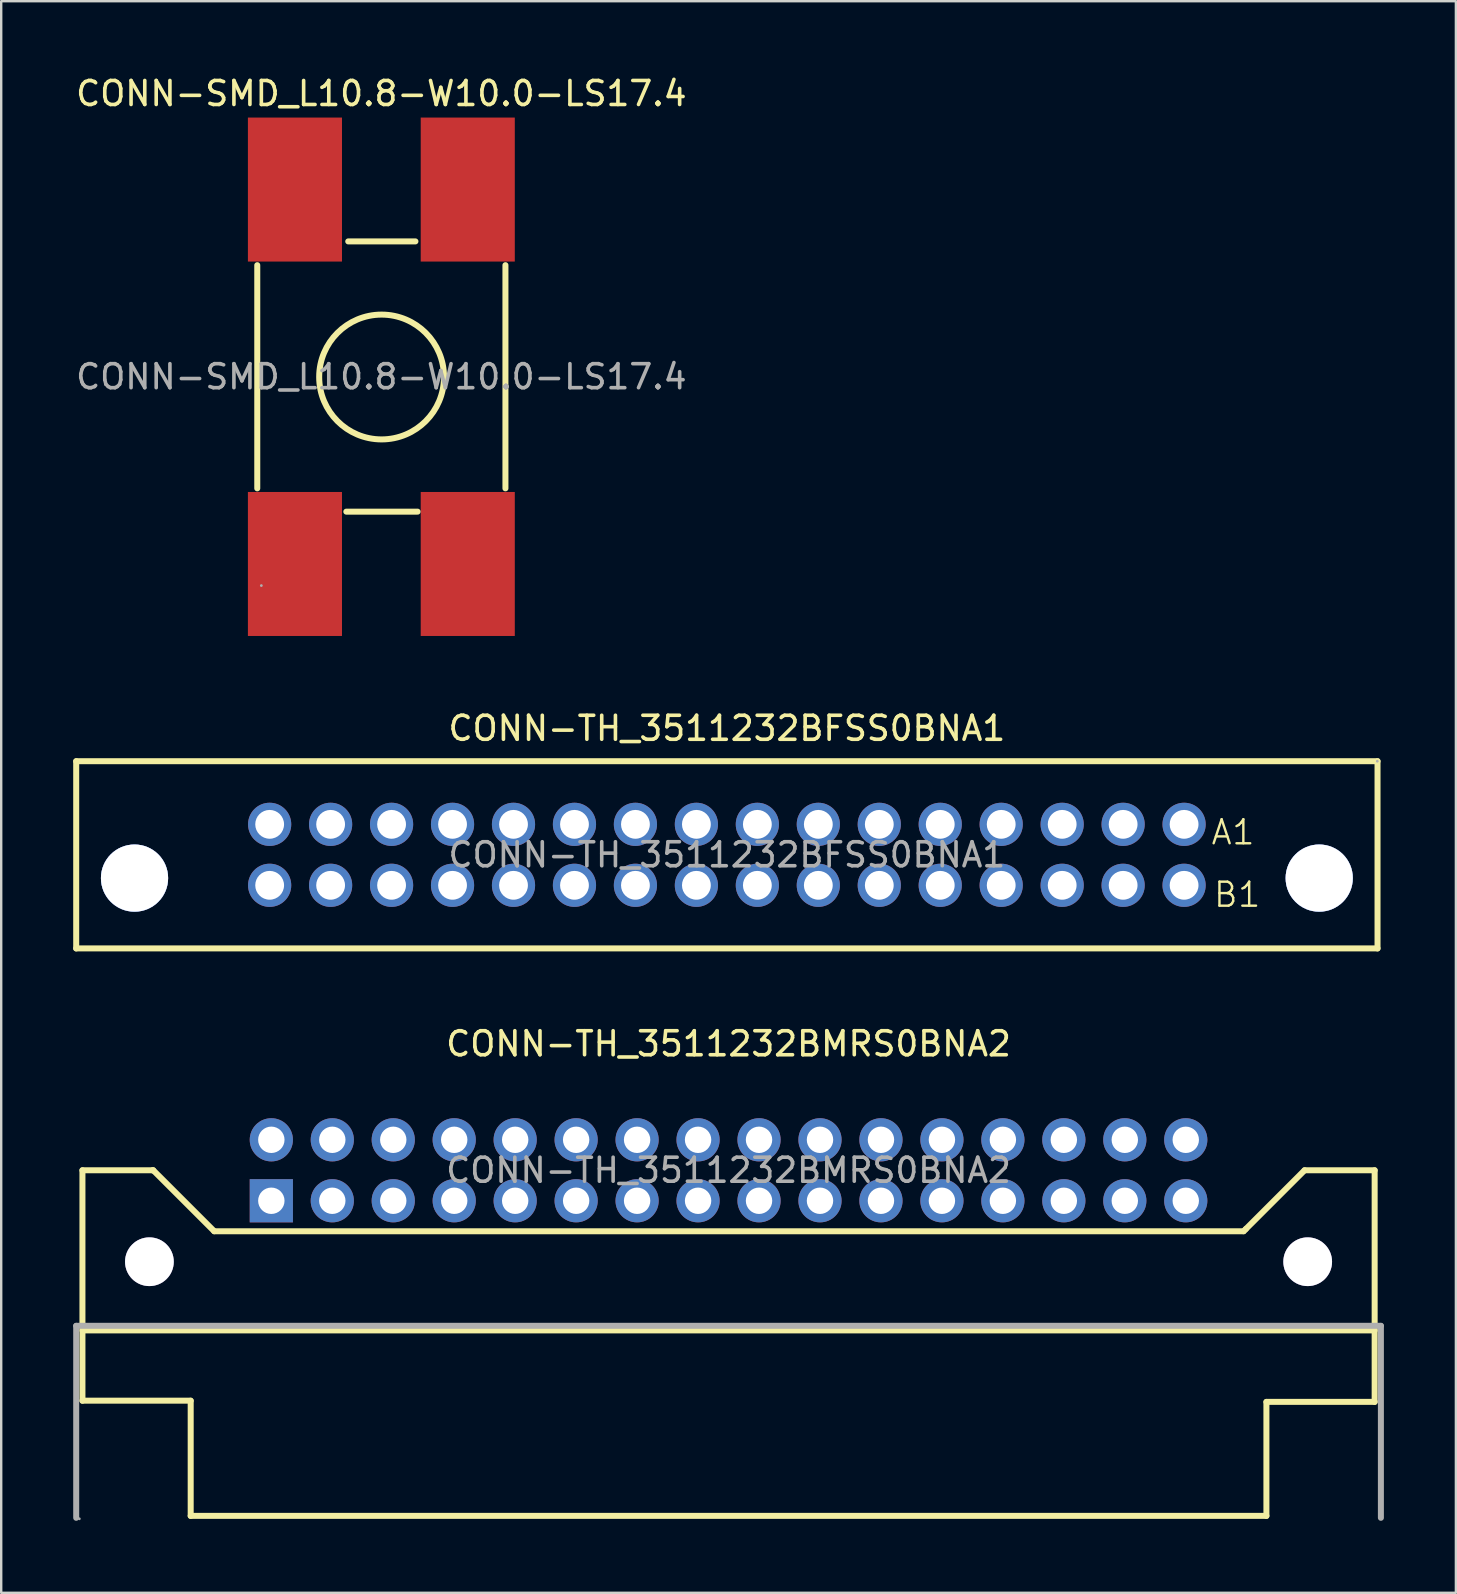
<source format=kicad_pcb>
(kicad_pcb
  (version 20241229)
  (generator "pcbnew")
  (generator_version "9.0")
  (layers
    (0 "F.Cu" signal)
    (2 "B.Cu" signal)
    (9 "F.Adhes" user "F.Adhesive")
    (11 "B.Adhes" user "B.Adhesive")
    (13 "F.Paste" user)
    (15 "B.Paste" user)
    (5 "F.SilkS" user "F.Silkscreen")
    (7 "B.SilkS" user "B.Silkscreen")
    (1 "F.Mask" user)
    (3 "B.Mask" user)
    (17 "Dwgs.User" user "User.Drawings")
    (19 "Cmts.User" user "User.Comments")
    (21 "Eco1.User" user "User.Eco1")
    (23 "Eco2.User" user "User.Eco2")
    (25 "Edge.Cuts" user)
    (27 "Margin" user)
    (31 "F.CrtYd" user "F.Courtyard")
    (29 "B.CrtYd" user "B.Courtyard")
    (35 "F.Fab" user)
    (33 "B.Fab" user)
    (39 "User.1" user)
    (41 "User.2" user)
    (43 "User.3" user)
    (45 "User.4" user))
  (footprint "CONN-SMD_L10.8-W10.0-LS17.4"
    (layer "F.Cu")
    (at 12.839 12.648)
    (property "Reference" "CONN-SMD_L10.8-W10.0-LS17.4" (at 0 -11.8 0) (layer "F.SilkS") (effects (font (size 1 1) (thickness 0.15))))
    (attr through_hole)
    (fp_line (start -5.17 4.65) (end -5.17 -4.65) (stroke (width 0.25) (type solid)) (layer "F.SilkS"))
    (fp_line (start -1.46 5.62) (end 1.51 5.62) (stroke (width 0.25) (type solid)) (layer "F.SilkS"))
    (fp_line (start -1.38 -5.64) (end 1.42 -5.64) (stroke (width 0.25) (type solid)) (layer "F.SilkS"))
    (fp_line (start 5.17 -4.65) (end 5.17 4.65) (stroke (width 0.25) (type solid)) (layer "F.SilkS"))
    (fp_circle (center 0.01 0.01) (end 2.61 0.01) (stroke (width 0.25) (type solid)) (fill no) (layer "F.SilkS"))
    (fp_circle (center -5 8.7) (end -4.97 8.7) (stroke (width 0.06) (type solid)) (fill no) (layer "F.Fab"))
    (fp_text user "${REFERENCE}" (at 0 0 0) (layer "F.Fab") (effects (font (size 1 1) (thickness 0.15))))
    (pad "1" smd rect (at -3.6 7.8) (size 3.92 6) (layers "F.Cu" "F.Mask" "F.Paste"))
    (pad "2" smd rect (at 3.6 7.8) (size 3.92 6) (layers "F.Cu" "F.Mask" "F.Paste"))
    (pad "3" smd rect (at 3.6 -7.8) (size 3.92 6) (layers "F.Cu" "F.Mask" "F.Paste"))
    (pad "4" smd rect (at -3.6 -7.8) (size 3.92 6) (layers "F.Cu" "F.Mask" "F.Paste")))
  (footprint "CONN-TH_3511232BFSS0BNA1"
    (layer "F.Cu")
    (at 27.235 32.566)
    (property "Reference" "CONN-TH_3511232BFSS0BNA1" (at 0 -5.27 0) (layer "F.SilkS") (effects (font (size 1 1) (thickness 0.15))))
    (attr through_hole)
    (fp_line (start -27.11 -3.9) (end -27.11 3.9) (stroke (width 0.25) (type solid)) (layer "F.SilkS"))
    (fp_line (start -27.11 -3.9) (end 27.11 -3.9) (stroke (width 0.25) (type solid)) (layer "F.SilkS"))
    (fp_line (start -27.11 3.9) (end 27.11 3.9) (stroke (width 0.25) (type solid)) (layer "F.SilkS"))
    (fp_line (start 27.11 -3.9) (end 27.11 3.9) (stroke (width 0.25) (type solid)) (layer "F.SilkS"))
    (fp_circle (center -24.68 0.97) (end -23.98 0.97) (stroke (width 1.4) (type solid)) (fill no) (layer "Cmts.User"))
    (fp_circle (center 24.68 0.97) (end 25.38 0.97) (stroke (width 1.4) (type solid)) (fill no) (layer "Cmts.User"))
    (fp_circle (center -24.68 0.97) (end -24.03 0.97) (stroke (width 1.3) (type solid)) (fill no) (layer "F.Fab"))
    (fp_circle (center 24.68 0.97) (end 25.33 0.97) (stroke (width 1.3) (type solid)) (fill no) (layer "F.Fab"))
    (fp_circle (center 27.1 -3.9) (end 27.13 -3.9) (stroke (width 0.06) (type solid)) (fill no) (layer "F.Fab"))
    (fp_text user "A1" (at 20.12 -0.94 0) (layer "F.SilkS") (effects (font (size 1 1) (thickness 0.1)) (justify left)))
    (fp_text user "B1" (at 20.22 1.66 0) (layer "F.SilkS") (effects (font (size 1 1) (thickness 0.1)) (justify left)))
    (fp_text user "${REFERENCE}" (at 0 0 0) (layer "F.Fab") (effects (font (size 1 1) (thickness 0.15))))
    (pad "" thru_hole circle (at -24.68 0.97) (size 2.8 2.8) (drill 2.8) (layers "*.Cu" "*.Mask"))
    (pad "" thru_hole circle (at 24.68 0.97) (size 2.8 2.8) (drill 2.8) (layers "*.Cu" "*.Mask"))
    (pad "A1" thru_hole circle (at 19.05 -1.27) (size 1.8 1.8) (drill 1.2) (layers "*.Cu" "*.Mask"))
    (pad "A2" thru_hole circle (at 16.51 -1.27) (size 1.8 1.8) (drill 1.2) (layers "*.Cu" "*.Mask"))
    (pad "A3" thru_hole circle (at 13.97 -1.27) (size 1.8 1.8) (drill 1.2) (layers "*.Cu" "*.Mask"))
    (pad "A4" thru_hole circle (at 11.43 -1.27) (size 1.8 1.8) (drill 1.2) (layers "*.Cu" "*.Mask"))
    (pad "A5" thru_hole circle (at 8.89 -1.27) (size 1.8 1.8) (drill 1.2) (layers "*.Cu" "*.Mask"))
    (pad "A6" thru_hole circle (at 6.35 -1.27) (size 1.8 1.8) (drill 1.2) (layers "*.Cu" "*.Mask"))
    (pad "A7" thru_hole circle (at 3.81 -1.27) (size 1.8 1.8) (drill 1.2) (layers "*.Cu" "*.Mask"))
    (pad "A8" thru_hole circle (at 1.27 -1.27) (size 1.8 1.8) (drill 1.2) (layers "*.Cu" "*.Mask"))
    (pad "A9" thru_hole circle (at -1.27 -1.27) (size 1.8 1.8) (drill 1.2) (layers "*.Cu" "*.Mask"))
    (pad "A10" thru_hole circle (at -3.81 -1.27) (size 1.8 1.8) (drill 1.2) (layers "*.Cu" "*.Mask"))
    (pad "A11" thru_hole circle (at -6.35 -1.27) (size 1.8 1.8) (drill 1.2) (layers "*.Cu" "*.Mask"))
    (pad "A12" thru_hole circle (at -8.89 -1.27) (size 1.8 1.8) (drill 1.2) (layers "*.Cu" "*.Mask"))
    (pad "A13" thru_hole circle (at -11.43 -1.27) (size 1.8 1.8) (drill 1.2) (layers "*.Cu" "*.Mask"))
    (pad "A14" thru_hole circle (at -13.97 -1.27) (size 1.8 1.8) (drill 1.2) (layers "*.Cu" "*.Mask"))
    (pad "A15" thru_hole circle (at -16.51 -1.27) (size 1.8 1.8) (drill 1.2) (layers "*.Cu" "*.Mask"))
    (pad "A16" thru_hole circle (at -19.05 -1.27) (size 1.8 1.8) (drill 1.2) (layers "*.Cu" "*.Mask"))
    (pad "B1" thru_hole circle (at 19.05 1.27) (size 1.8 1.8) (drill 1.2) (layers "*.Cu" "*.Mask"))
    (pad "B2" thru_hole circle (at 16.51 1.27) (size 1.8 1.8) (drill 1.2) (layers "*.Cu" "*.Mask"))
    (pad "B3" thru_hole circle (at 13.97 1.27) (size 1.8 1.8) (drill 1.2) (layers "*.Cu" "*.Mask"))
    (pad "B4" thru_hole circle (at 11.43 1.27) (size 1.8 1.8) (drill 1.2) (layers "*.Cu" "*.Mask"))
    (pad "B5" thru_hole circle (at 8.89 1.27) (size 1.8 1.8) (drill 1.2) (layers "*.Cu" "*.Mask"))
    (pad "B6" thru_hole circle (at 6.35 1.27) (size 1.8 1.8) (drill 1.2) (layers "*.Cu" "*.Mask"))
    (pad "B7" thru_hole circle (at 3.81 1.27) (size 1.8 1.8) (drill 1.2) (layers "*.Cu" "*.Mask"))
    (pad "B8" thru_hole circle (at 1.27 1.27) (size 1.8 1.8) (drill 1.2) (layers "*.Cu" "*.Mask"))
    (pad "B9" thru_hole circle (at -1.27 1.27) (size 1.8 1.8) (drill 1.2) (layers "*.Cu" "*.Mask"))
    (pad "B10" thru_hole circle (at -3.81 1.27) (size 1.8 1.8) (drill 1.2) (layers "*.Cu" "*.Mask"))
    (pad "B11" thru_hole circle (at -6.35 1.27) (size 1.8 1.8) (drill 1.2) (layers "*.Cu" "*.Mask"))
    (pad "B12" thru_hole circle (at -8.89 1.27) (size 1.8 1.8) (drill 1.2) (layers "*.Cu" "*.Mask"))
    (pad "B13" thru_hole circle (at -11.43 1.27) (size 1.8 1.8) (drill 1.2) (layers "*.Cu" "*.Mask"))
    (pad "B14" thru_hole circle (at -13.97 1.27) (size 1.8 1.8) (drill 1.2) (layers "*.Cu" "*.Mask"))
    (pad "B15" thru_hole circle (at -16.51 1.27) (size 1.8 1.8) (drill 1.2) (layers "*.Cu" "*.Mask"))
    (pad "B16" thru_hole circle (at -19.05 1.27) (size 1.8 1.8) (drill 1.2) (layers "*.Cu" "*.Mask")))
  (footprint "CONN-TH_3511232BMRS0BNA2"
    (layer "F.Cu")
    (at 27.305 45.71)
    (property "Reference" "CONN-TH_3511232BMRS0BNA2" (at 0 -5.27 0) (layer "F.SilkS") (effects (font (size 1 1) (thickness 0.15))))
    (attr through_hole)
    (fp_line (start -26.92 0) (end -24 0) (stroke (width 0.25) (type solid)) (layer "F.SilkS"))
    (fp_line (start -26.92 6.67) (end 26.92 6.67) (stroke (width 0.25) (type solid)) (layer "F.SilkS"))
    (fp_line (start -26.92 9.6) (end -26.92 0) (stroke (width 0.25) (type solid)) (layer "F.SilkS"))
    (fp_line (start -24 0) (end -23.97 0) (stroke (width 0.25) (type solid)) (layer "F.SilkS"))
    (fp_line (start -23.97 0) (end -21.43 2.54) (stroke (width 0.25) (type solid)) (layer "F.SilkS"))
    (fp_line (start -22.41 9.6) (end -26.92 9.6) (stroke (width 0.25) (type solid)) (layer "F.SilkS"))
    (fp_line (start -22.41 14.4) (end -22.41 9.6) (stroke (width 0.25) (type solid)) (layer "F.SilkS"))
    (fp_line (start -21.43 2.54) (end 21.46 2.54) (stroke (width 0.25) (type solid)) (layer "F.SilkS"))
    (fp_line (start 21.55 2.45) (end 21.46 2.54) (stroke (width 0.25) (type solid)) (layer "F.SilkS"))
    (fp_line (start 22.41 9.65) (end 26.92 9.65) (stroke (width 0.25) (type solid)) (layer "F.SilkS"))
    (fp_line (start 22.41 14.4) (end -22.41 14.4) (stroke (width 0.25) (type solid)) (layer "F.SilkS"))
    (fp_line (start 22.41 14.4) (end 22.41 9.65) (stroke (width 0.25) (type solid)) (layer "F.SilkS"))
    (fp_line (start 24 0) (end 21.55 2.45) (stroke (width 0.25) (type solid)) (layer "F.SilkS"))
    (fp_line (start 26.92 0) (end 24 0) (stroke (width 0.25) (type solid)) (layer "F.SilkS"))
    (fp_line (start 26.92 9.65) (end 26.92 0) (stroke (width 0.25) (type solid)) (layer "F.SilkS"))
    (fp_line (start -27.18 6.48) (end -27.18 14.48) (stroke (width 0.25) (type solid)) (layer "F.Fab"))
    (fp_line (start -27.18 6.48) (end 27.18 6.48) (stroke (width 0.25) (type solid)) (layer "F.Fab"))
    (fp_line (start 27.18 6.48) (end 27.18 14.48) (stroke (width 0.25) (type solid)) (layer "F.Fab"))
    (fp_circle (center -27.05 14.52) (end -27.02 14.52) (stroke (width 0.06) (type solid)) (fill no) (layer "F.Fab"))
    (fp_circle (center -24.13 3.81) (end -23.67 3.81) (stroke (width 0.92) (type solid)) (fill no) (layer "F.Fab"))
    (fp_circle (center -19.05 -1.27) (end -18.82 -1.27) (stroke (width 0.45) (type solid)) (fill no) (layer "F.Fab"))
    (fp_circle (center -19.05 1.27) (end -18.82 1.27) (stroke (width 0.45) (type solid)) (fill no) (layer "F.Fab"))
    (fp_circle (center -16.51 -1.27) (end -16.28 -1.27) (stroke (width 0.45) (type solid)) (fill no) (layer "F.Fab"))
    (fp_circle (center -16.51 1.27) (end -16.28 1.27) (stroke (width 0.45) (type solid)) (fill no) (layer "F.Fab"))
    (fp_circle (center -13.97 -1.27) (end -13.74 -1.27) (stroke (width 0.45) (type solid)) (fill no) (layer "F.Fab"))
    (fp_circle (center -13.97 1.27) (end -13.74 1.27) (stroke (width 0.45) (type solid)) (fill no) (layer "F.Fab"))
    (fp_circle (center -11.43 -1.27) (end -11.2 -1.27) (stroke (width 0.45) (type solid)) (fill no) (layer "F.Fab"))
    (fp_circle (center -11.43 1.27) (end -11.2 1.27) (stroke (width 0.45) (type solid)) (fill no) (layer "F.Fab"))
    (fp_circle (center -8.89 -1.27) (end -8.66 -1.27) (stroke (width 0.45) (type solid)) (fill no) (layer "F.Fab"))
    (fp_circle (center -8.89 1.27) (end -8.66 1.27) (stroke (width 0.45) (type solid)) (fill no) (layer "F.Fab"))
    (fp_circle (center -6.35 -1.27) (end -6.12 -1.27) (stroke (width 0.45) (type solid)) (fill no) (layer "F.Fab"))
    (fp_circle (center -6.35 1.27) (end -6.12 1.27) (stroke (width 0.45) (type solid)) (fill no) (layer "F.Fab"))
    (fp_circle (center -3.81 -1.27) (end -3.58 -1.27) (stroke (width 0.45) (type solid)) (fill no) (layer "F.Fab"))
    (fp_circle (center -3.81 1.27) (end -3.58 1.27) (stroke (width 0.45) (type solid)) (fill no) (layer "F.Fab"))
    (fp_circle (center -1.27 -1.27) (end -1.04 -1.27) (stroke (width 0.45) (type solid)) (fill no) (layer "F.Fab"))
    (fp_circle (center -1.27 1.27) (end -1.04 1.27) (stroke (width 0.45) (type solid)) (fill no) (layer "F.Fab"))
    (fp_circle (center 1.27 -1.27) (end 1.5 -1.27) (stroke (width 0.45) (type solid)) (fill no) (layer "F.Fab"))
    (fp_circle (center 1.27 1.27) (end 1.5 1.27) (stroke (width 0.45) (type solid)) (fill no) (layer "F.Fab"))
    (fp_circle (center 3.81 -1.27) (end 4.04 -1.27) (stroke (width 0.45) (type solid)) (fill no) (layer "F.Fab"))
    (fp_circle (center 3.81 1.27) (end 4.04 1.27) (stroke (width 0.45) (type solid)) (fill no) (layer "F.Fab"))
    (fp_circle (center 6.35 -1.27) (end 6.58 -1.27) (stroke (width 0.45) (type solid)) (fill no) (layer "F.Fab"))
    (fp_circle (center 6.35 1.27) (end 6.58 1.27) (stroke (width 0.45) (type solid)) (fill no) (layer "F.Fab"))
    (fp_circle (center 8.89 -1.27) (end 9.12 -1.27) (stroke (width 0.45) (type solid)) (fill no) (layer "F.Fab"))
    (fp_circle (center 8.89 1.27) (end 9.12 1.27) (stroke (width 0.45) (type solid)) (fill no) (layer "F.Fab"))
    (fp_circle (center 11.43 -1.27) (end 11.66 -1.27) (stroke (width 0.45) (type solid)) (fill no) (layer "F.Fab"))
    (fp_circle (center 11.43 1.27) (end 11.66 1.27) (stroke (width 0.45) (type solid)) (fill no) (layer "F.Fab"))
    (fp_circle (center 13.97 -1.27) (end 14.2 -1.27) (stroke (width 0.45) (type solid)) (fill no) (layer "F.Fab"))
    (fp_circle (center 13.97 1.27) (end 14.2 1.27) (stroke (width 0.45) (type solid)) (fill no) (layer "F.Fab"))
    (fp_circle (center 16.51 -1.27) (end 16.74 -1.27) (stroke (width 0.45) (type solid)) (fill no) (layer "F.Fab"))
    (fp_circle (center 16.51 1.27) (end 16.74 1.27) (stroke (width 0.45) (type solid)) (fill no) (layer "F.Fab"))
    (fp_circle (center 19.05 -1.27) (end 19.28 -1.27) (stroke (width 0.45) (type solid)) (fill no) (layer "F.Fab"))
    (fp_circle (center 19.05 1.27) (end 19.28 1.27) (stroke (width 0.45) (type solid)) (fill no) (layer "F.Fab"))
    (fp_circle (center 24.13 3.81) (end 24.59 3.81) (stroke (width 0.92) (type solid)) (fill no) (layer "F.Fab"))
    (fp_text user "${REFERENCE}" (at 0 0 0) (layer "F.Fab") (effects (font (size 1 1) (thickness 0.15))))
    (pad "" thru_hole circle (at -24.13 3.81) (size 2.03 2.03) (drill 2.03) (layers "*.Cu" "*.Mask"))
    (pad "" thru_hole circle (at 24.13 3.81) (size 2.03 2.03) (drill 2.03) (layers "*.Cu" "*.Mask"))
    (pad "1" thru_hole rect (at -19.05 1.27) (size 1.8 1.8) (drill 1.1) (layers "*.Cu" "*.Mask"))
    (pad "2" thru_hole circle (at -16.51 1.27) (size 1.8 1.8) (drill 1.1) (layers "*.Cu" "*.Mask"))
    (pad "3" thru_hole circle (at -13.97 1.27) (size 1.8 1.8) (drill 1.1) (layers "*.Cu" "*.Mask"))
    (pad "4" thru_hole circle (at -11.43 1.27) (size 1.8 1.8) (drill 1.1) (layers "*.Cu" "*.Mask"))
    (pad "5" thru_hole circle (at -8.89 1.27) (size 1.8 1.8) (drill 1.1) (layers "*.Cu" "*.Mask"))
    (pad "6" thru_hole circle (at -6.35 1.27) (size 1.8 1.8) (drill 1.1) (layers "*.Cu" "*.Mask"))
    (pad "7" thru_hole circle (at -3.81 1.27) (size 1.8 1.8) (drill 1.1) (layers "*.Cu" "*.Mask"))
    (pad "8" thru_hole circle (at -1.27 1.27) (size 1.8 1.8) (drill 1.1) (layers "*.Cu" "*.Mask"))
    (pad "9" thru_hole circle (at 1.27 1.27) (size 1.8 1.8) (drill 1.1) (layers "*.Cu" "*.Mask"))
    (pad "10" thru_hole circle (at 3.81 1.27) (size 1.8 1.8) (drill 1.1) (layers "*.Cu" "*.Mask"))
    (pad "11" thru_hole circle (at 6.35 1.27) (size 1.8 1.8) (drill 1.1) (layers "*.Cu" "*.Mask"))
    (pad "12" thru_hole circle (at 8.89 1.27) (size 1.8 1.8) (drill 1.1) (layers "*.Cu" "*.Mask"))
    (pad "13" thru_hole circle (at 11.43 1.27) (size 1.8 1.8) (drill 1.1) (layers "*.Cu" "*.Mask"))
    (pad "14" thru_hole circle (at 13.97 1.27) (size 1.8 1.8) (drill 1.1) (layers "*.Cu" "*.Mask"))
    (pad "15" thru_hole circle (at 16.51 1.27) (size 1.8 1.8) (drill 1.1) (layers "*.Cu" "*.Mask"))
    (pad "16" thru_hole circle (at 19.05 1.27) (size 1.8 1.8) (drill 1.1) (layers "*.Cu" "*.Mask"))
    (pad "17" thru_hole circle (at -19.05 -1.27) (size 1.8 1.8) (drill 1.1) (layers "*.Cu" "*.Mask"))
    (pad "18" thru_hole circle (at -16.51 -1.27) (size 1.8 1.8) (drill 1.1) (layers "*.Cu" "*.Mask"))
    (pad "19" thru_hole circle (at -13.97 -1.27) (size 1.8 1.8) (drill 1.1) (layers "*.Cu" "*.Mask"))
    (pad "20" thru_hole circle (at -11.43 -1.27) (size 1.8 1.8) (drill 1.1) (layers "*.Cu" "*.Mask"))
    (pad "21" thru_hole circle (at -8.89 -1.27) (size 1.8 1.8) (drill 1.1) (layers "*.Cu" "*.Mask"))
    (pad "22" thru_hole circle (at -6.35 -1.27) (size 1.8 1.8) (drill 1.1) (layers "*.Cu" "*.Mask"))
    (pad "23" thru_hole circle (at -3.81 -1.27) (size 1.8 1.8) (drill 1.1) (layers "*.Cu" "*.Mask"))
    (pad "24" thru_hole circle (at -1.27 -1.27) (size 1.8 1.8) (drill 1.1) (layers "*.Cu" "*.Mask"))
    (pad "25" thru_hole circle (at 1.27 -1.27) (size 1.8 1.8) (drill 1.1) (layers "*.Cu" "*.Mask"))
    (pad "26" thru_hole circle (at 3.81 -1.27) (size 1.8 1.8) (drill 1.1) (layers "*.Cu" "*.Mask"))
    (pad "27" thru_hole circle (at 6.35 -1.27) (size 1.8 1.8) (drill 1.1) (layers "*.Cu" "*.Mask"))
    (pad "28" thru_hole circle (at 8.89 -1.27) (size 1.8 1.8) (drill 1.1) (layers "*.Cu" "*.Mask"))
    (pad "29" thru_hole circle (at 11.43 -1.27) (size 1.8 1.8) (drill 1.1) (layers "*.Cu" "*.Mask"))
    (pad "30" thru_hole circle (at 13.97 -1.27) (size 1.8 1.8) (drill 1.1) (layers "*.Cu" "*.Mask"))
    (pad "31" thru_hole circle (at 16.51 -1.27) (size 1.8 1.8) (drill 1.1) (layers "*.Cu" "*.Mask"))
    (pad "32" thru_hole circle (at 19.05 -1.27) (size 1.8 1.8) (drill 1.1) (layers "*.Cu" "*.Mask")))
  (gr_rect
    (start -3 -3)
    (end 57.61 63.315)
    (stroke (width 0.1) (type default))
    (fill no)
    (layer "Edge.Cuts")))
</source>
